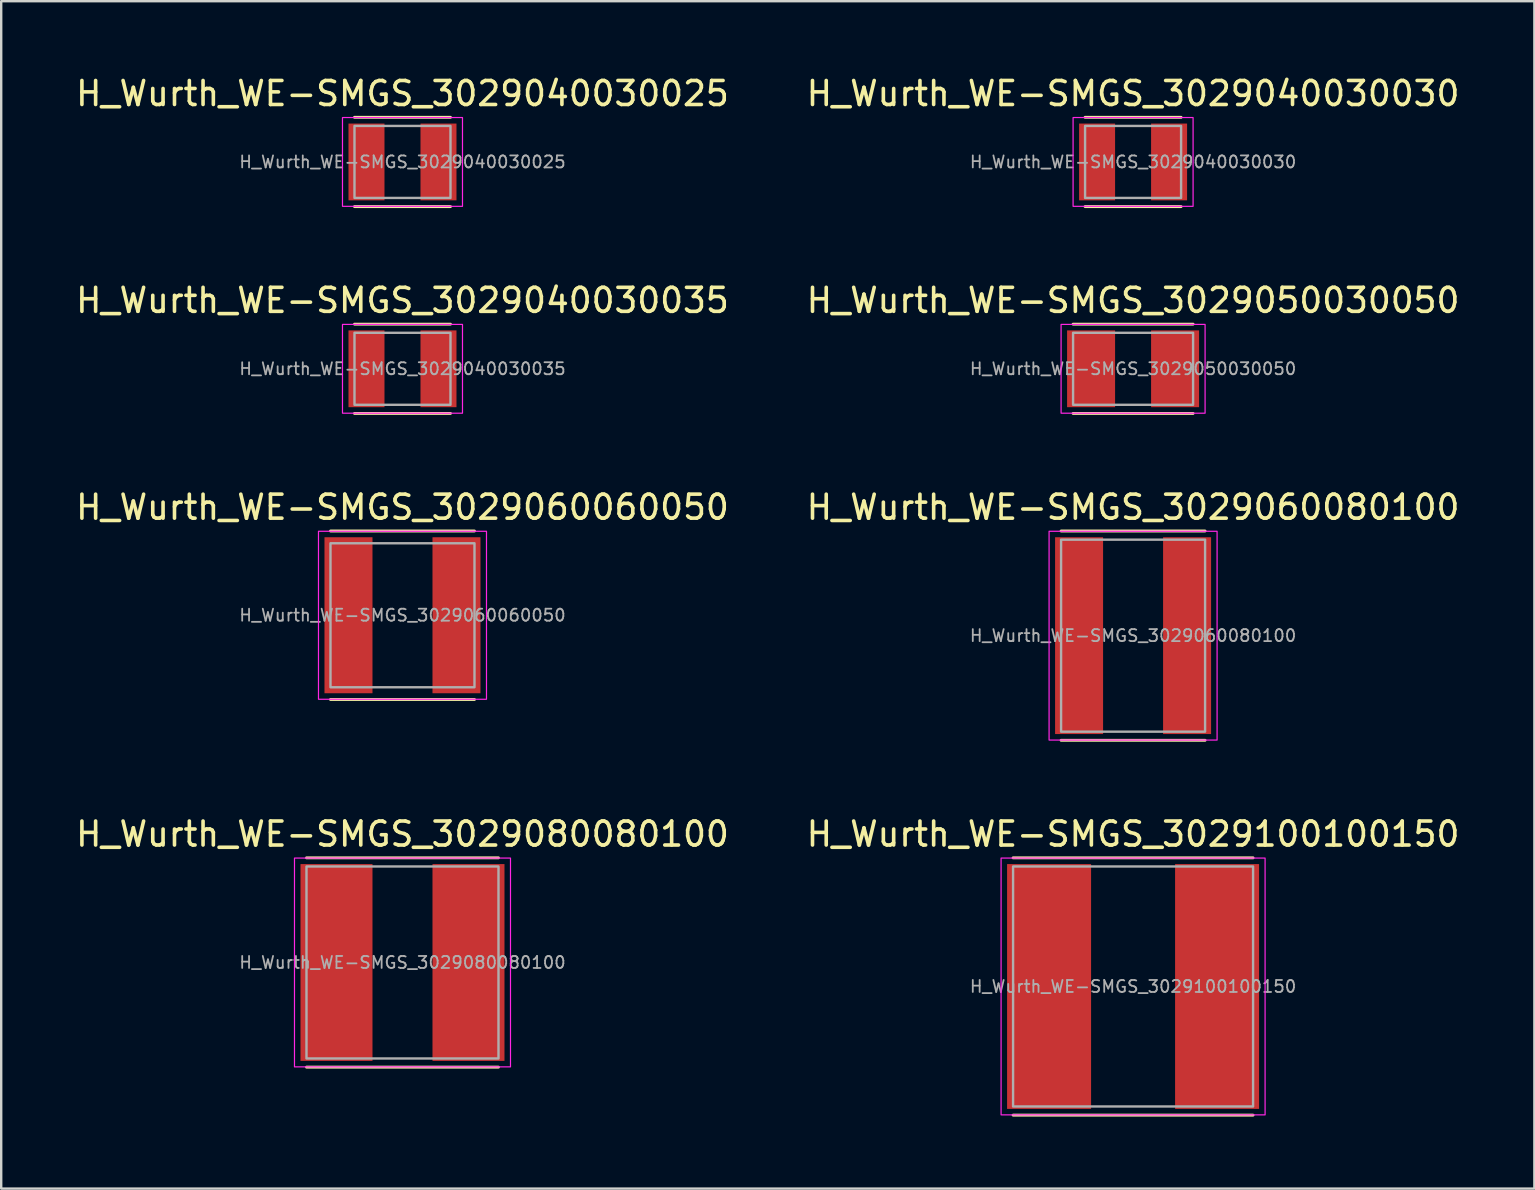
<source format=kicad_pcb>
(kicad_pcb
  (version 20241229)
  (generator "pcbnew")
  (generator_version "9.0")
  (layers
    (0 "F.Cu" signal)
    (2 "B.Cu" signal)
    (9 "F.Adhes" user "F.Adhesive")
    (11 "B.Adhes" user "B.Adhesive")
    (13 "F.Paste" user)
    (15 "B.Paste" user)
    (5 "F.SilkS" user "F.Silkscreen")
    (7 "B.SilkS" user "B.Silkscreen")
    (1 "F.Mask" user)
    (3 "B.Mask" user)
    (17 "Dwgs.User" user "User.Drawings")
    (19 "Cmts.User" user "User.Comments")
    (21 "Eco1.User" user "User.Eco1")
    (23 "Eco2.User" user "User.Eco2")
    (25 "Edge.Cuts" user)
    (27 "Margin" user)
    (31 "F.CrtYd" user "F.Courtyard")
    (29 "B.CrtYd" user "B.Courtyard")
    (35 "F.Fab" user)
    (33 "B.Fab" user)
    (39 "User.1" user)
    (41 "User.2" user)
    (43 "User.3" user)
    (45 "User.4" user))
  (footprint "H_Wurth_WE-SMGS_3029100100150"
    (layer "F.Cu")
    (at 44.161 38.053)
    (property "Reference" "H_Wurth_WE-SMGS_3029100100150" (at 0 -6.35 0) (unlocked yes) (layer "F.SilkS") (effects (font (size 1 1) (thickness 0.15))))
    (attr smd)
    (fp_line (start -5 -5.36) (end 5 -5.36) (stroke (width 0.12) (type solid)) (layer "F.SilkS"))
    (fp_line (start -5 5.36) (end 5 5.36) (stroke (width 0.12) (type solid)) (layer "F.SilkS"))
    (fp_rect (start -5.5 -5.35) (end 5.5 5.35) (stroke (width 0.05) (type solid)) (fill no) (layer "F.CrtYd"))
    (fp_rect (start -5 -5) (end 5 5) (stroke (width 0.1) (type solid)) (fill no) (layer "F.Fab"))
    (fp_text user "${REFERENCE}" (at 0 0 0) (unlocked yes) (layer "F.Fab") (effects (font (size 0.5 0.5) (thickness 0.075))))
    (pad "1" smd rect (at -3.5 0) (size 3.5 10.2) (layers "F.Cu" "F.Mask" "F.Paste"))
    (pad "2" smd rect (at 3.5 0) (size 3.5 10.2) (layers "F.Cu" "F.Mask" "F.Paste")))
  (footprint "H_Wurth_WE-SMGS_3029040030025"
    (layer "F.Cu")
    (at 13.72 3.698)
    (property "Reference" "H_Wurth_WE-SMGS_3029040030025" (at 0 -2.85 0) (unlocked yes) (layer "F.SilkS") (effects (font (size 1 1) (thickness 0.15))))
    (attr smd)
    (fp_line (start -2 -1.86) (end 2 -1.86) (stroke (width 0.12) (type solid)) (layer "F.SilkS"))
    (fp_line (start -2 1.86) (end 2 1.86) (stroke (width 0.12) (type solid)) (layer "F.SilkS"))
    (fp_rect (start -2.5 -1.85) (end 2.5 1.85) (stroke (width 0.05) (type solid)) (fill no) (layer "F.CrtYd"))
    (fp_rect (start -2 -1.5) (end 2 1.5) (stroke (width 0.1) (type solid)) (fill no) (layer "F.Fab"))
    (fp_text user "${REFERENCE}" (at 0 0 0) (unlocked yes) (layer "F.Fab") (effects (font (size 0.5 0.5) (thickness 0.075))))
    (pad "1" smd rect (at -1.5 0) (size 1.5 3.2) (layers "F.Cu" "F.Mask" "F.Paste"))
    (pad "2" smd rect (at 1.5 0) (size 1.5 3.2) (layers "F.Cu" "F.Mask" "F.Paste")))
  (footprint "H_Wurth_WE-SMGS_3029040030030"
    (layer "F.Cu")
    (at 44.161 3.698)
    (property "Reference" "H_Wurth_WE-SMGS_3029040030030" (at 0 -2.85 0) (unlocked yes) (layer "F.SilkS") (effects (font (size 1 1) (thickness 0.15))))
    (attr smd)
    (fp_line (start -2 -1.86) (end 2 -1.86) (stroke (width 0.12) (type solid)) (layer "F.SilkS"))
    (fp_line (start -2 1.86) (end 2 1.86) (stroke (width 0.12) (type solid)) (layer "F.SilkS"))
    (fp_rect (start -2.5 -1.85) (end 2.5 1.85) (stroke (width 0.05) (type solid)) (fill no) (layer "F.CrtYd"))
    (fp_rect (start -2 -1.5) (end 2 1.5) (stroke (width 0.1) (type solid)) (fill no) (layer "F.Fab"))
    (fp_text user "${REFERENCE}" (at 0 0 0) (unlocked yes) (layer "F.Fab") (effects (font (size 0.5 0.5) (thickness 0.075))))
    (pad "1" smd rect (at -1.5 0) (size 1.5 3.2) (layers "F.Cu" "F.Mask" "F.Paste"))
    (pad "2" smd rect (at 1.5 0) (size 1.5 3.2) (layers "F.Cu" "F.Mask" "F.Paste")))
  (footprint "H_Wurth_WE-SMGS_3029080080100"
    (layer "F.Cu")
    (at 13.72 37.053)
    (property "Reference" "H_Wurth_WE-SMGS_3029080080100" (at 0 -5.35 0) (unlocked yes) (layer "F.SilkS") (effects (font (size 1 1) (thickness 0.15))))
    (attr smd)
    (fp_line (start -4 -4.36) (end 4 -4.36) (stroke (width 0.12) (type solid)) (layer "F.SilkS"))
    (fp_line (start -4 4.36) (end 4 4.36) (stroke (width 0.12) (type solid)) (layer "F.SilkS"))
    (fp_rect (start -4.5 -4.35) (end 4.5 4.35) (stroke (width 0.05) (type solid)) (fill no) (layer "F.CrtYd"))
    (fp_rect (start -4 -4) (end 4 4) (stroke (width 0.1) (type solid)) (fill no) (layer "F.Fab"))
    (fp_text user "${REFERENCE}" (at 0 0 0) (unlocked yes) (layer "F.Fab") (effects (font (size 0.5 0.5) (thickness 0.075))))
    (pad "1" smd rect (at -2.75 0) (size 3 8.2) (layers "F.Cu" "F.Mask" "F.Paste"))
    (pad "2" smd rect (at 2.75 0) (size 3 8.2) (layers "F.Cu" "F.Mask" "F.Paste")))
  (footprint "H_Wurth_WE-SMGS_3029040030035"
    (layer "F.Cu")
    (at 13.72 12.316)
    (property "Reference" "H_Wurth_WE-SMGS_3029040030035" (at 0 -2.85 0) (unlocked yes) (layer "F.SilkS") (effects (font (size 1 1) (thickness 0.15))))
    (attr smd)
    (fp_line (start -2 -1.86) (end 2 -1.86) (stroke (width 0.12) (type solid)) (layer "F.SilkS"))
    (fp_line (start -2 1.86) (end 2 1.86) (stroke (width 0.12) (type solid)) (layer "F.SilkS"))
    (fp_rect (start -2.5 -1.85) (end 2.5 1.85) (stroke (width 0.05) (type solid)) (fill no) (layer "F.CrtYd"))
    (fp_rect (start -2 -1.5) (end 2 1.5) (stroke (width 0.1) (type solid)) (fill no) (layer "F.Fab"))
    (fp_text user "${REFERENCE}" (at 0 0 0) (unlocked yes) (layer "F.Fab") (effects (font (size 0.5 0.5) (thickness 0.075))))
    (pad "1" smd rect (at -1.5 0) (size 1.5 3.2) (layers "F.Cu" "F.Mask" "F.Paste"))
    (pad "2" smd rect (at 1.5 0) (size 1.5 3.2) (layers "F.Cu" "F.Mask" "F.Paste")))
  (footprint "H_Wurth_WE-SMGS_3029060080100"
    (layer "F.Cu")
    (at 44.161 23.435)
    (property "Reference" "H_Wurth_WE-SMGS_3029060080100" (at 0 -5.35 0) (unlocked yes) (layer "F.SilkS") (effects (font (size 1 1) (thickness 0.15))))
    (attr smd)
    (fp_line (start -3 -4.36) (end 3 -4.36) (stroke (width 0.12) (type solid)) (layer "F.SilkS"))
    (fp_line (start -3 4.36) (end 3 4.36) (stroke (width 0.12) (type solid)) (layer "F.SilkS"))
    (fp_rect (start -3.5 -4.35) (end 3.5 4.35) (stroke (width 0.05) (type solid)) (fill no) (layer "F.CrtYd"))
    (fp_rect (start -3 -4) (end 3 4) (stroke (width 0.1) (type solid)) (fill no) (layer "F.Fab"))
    (fp_text user "${REFERENCE}" (at 0 0 0) (unlocked yes) (layer "F.Fab") (effects (font (size 0.5 0.5) (thickness 0.075))))
    (pad "1" smd rect (at -2.25 0) (size 2 8.2) (layers "F.Cu" "F.Mask" "F.Paste"))
    (pad "2" smd rect (at 2.25 0) (size 2 8.2) (layers "F.Cu" "F.Mask" "F.Paste")))
  (footprint "H_Wurth_WE-SMGS_3029060060050"
    (layer "F.Cu")
    (at 13.72 22.585)
    (property "Reference" "H_Wurth_WE-SMGS_3029060060050" (at 0 -4.5 0) (unlocked yes) (layer "F.SilkS") (effects (font (size 1 1) (thickness 0.15))))
    (attr smd)
    (fp_line (start -3 -3.51) (end 3 -3.51) (stroke (width 0.12) (type solid)) (layer "F.SilkS"))
    (fp_line (start -3 3.51) (end 3 3.51) (stroke (width 0.12) (type solid)) (layer "F.SilkS"))
    (fp_rect (start -3.5 -3.5) (end 3.5 3.5) (stroke (width 0.05) (type solid)) (fill no) (layer "F.CrtYd"))
    (fp_rect (start -3 -3) (end 3 3) (stroke (width 0.1) (type solid)) (fill no) (layer "F.Fab"))
    (fp_text user "${REFERENCE}" (at 0 0 0) (unlocked yes) (layer "F.Fab") (effects (font (size 0.5 0.5) (thickness 0.075))))
    (pad "1" smd rect (at -2.25 0) (size 2 6.5) (layers "F.Cu" "F.Mask" "F.Paste"))
    (pad "2" smd rect (at 2.25 0) (size 2 6.5) (layers "F.Cu" "F.Mask" "F.Paste")))
  (footprint "H_Wurth_WE-SMGS_3029050030050"
    (layer "F.Cu")
    (at 44.161 12.316)
    (property "Reference" "H_Wurth_WE-SMGS_3029050030050" (at 0 -2.85 0) (unlocked yes) (layer "F.SilkS") (effects (font (size 1 1) (thickness 0.15))))
    (attr smd)
    (fp_line (start -2.5 -1.86) (end 2.5 -1.86) (stroke (width 0.12) (type solid)) (layer "F.SilkS"))
    (fp_line (start -2.5 1.86) (end 2.5 1.86) (stroke (width 0.12) (type solid)) (layer "F.SilkS"))
    (fp_rect (start -3 -1.85) (end 3 1.85) (stroke (width 0.05) (type solid)) (fill no) (layer "F.CrtYd"))
    (fp_rect (start -2.5 -1.5) (end 2.5 1.5) (stroke (width 0.1) (type solid)) (fill no) (layer "F.Fab"))
    (fp_text user "${REFERENCE}" (at 0 0 0) (unlocked yes) (layer "F.Fab") (effects (font (size 0.5 0.5) (thickness 0.075))))
    (pad "1" smd rect (at -1.75 0) (size 2 3.2) (layers "F.Cu" "F.Mask" "F.Paste"))
    (pad "2" smd rect (at 1.75 0) (size 2 3.2) (layers "F.Cu" "F.Mask" "F.Paste")))
  (gr_rect
    (start -3 -3)
    (end 60.881 46.473)
    (stroke (width 0.1) (type default))
    (fill no)
    (layer "Edge.Cuts")))
</source>
